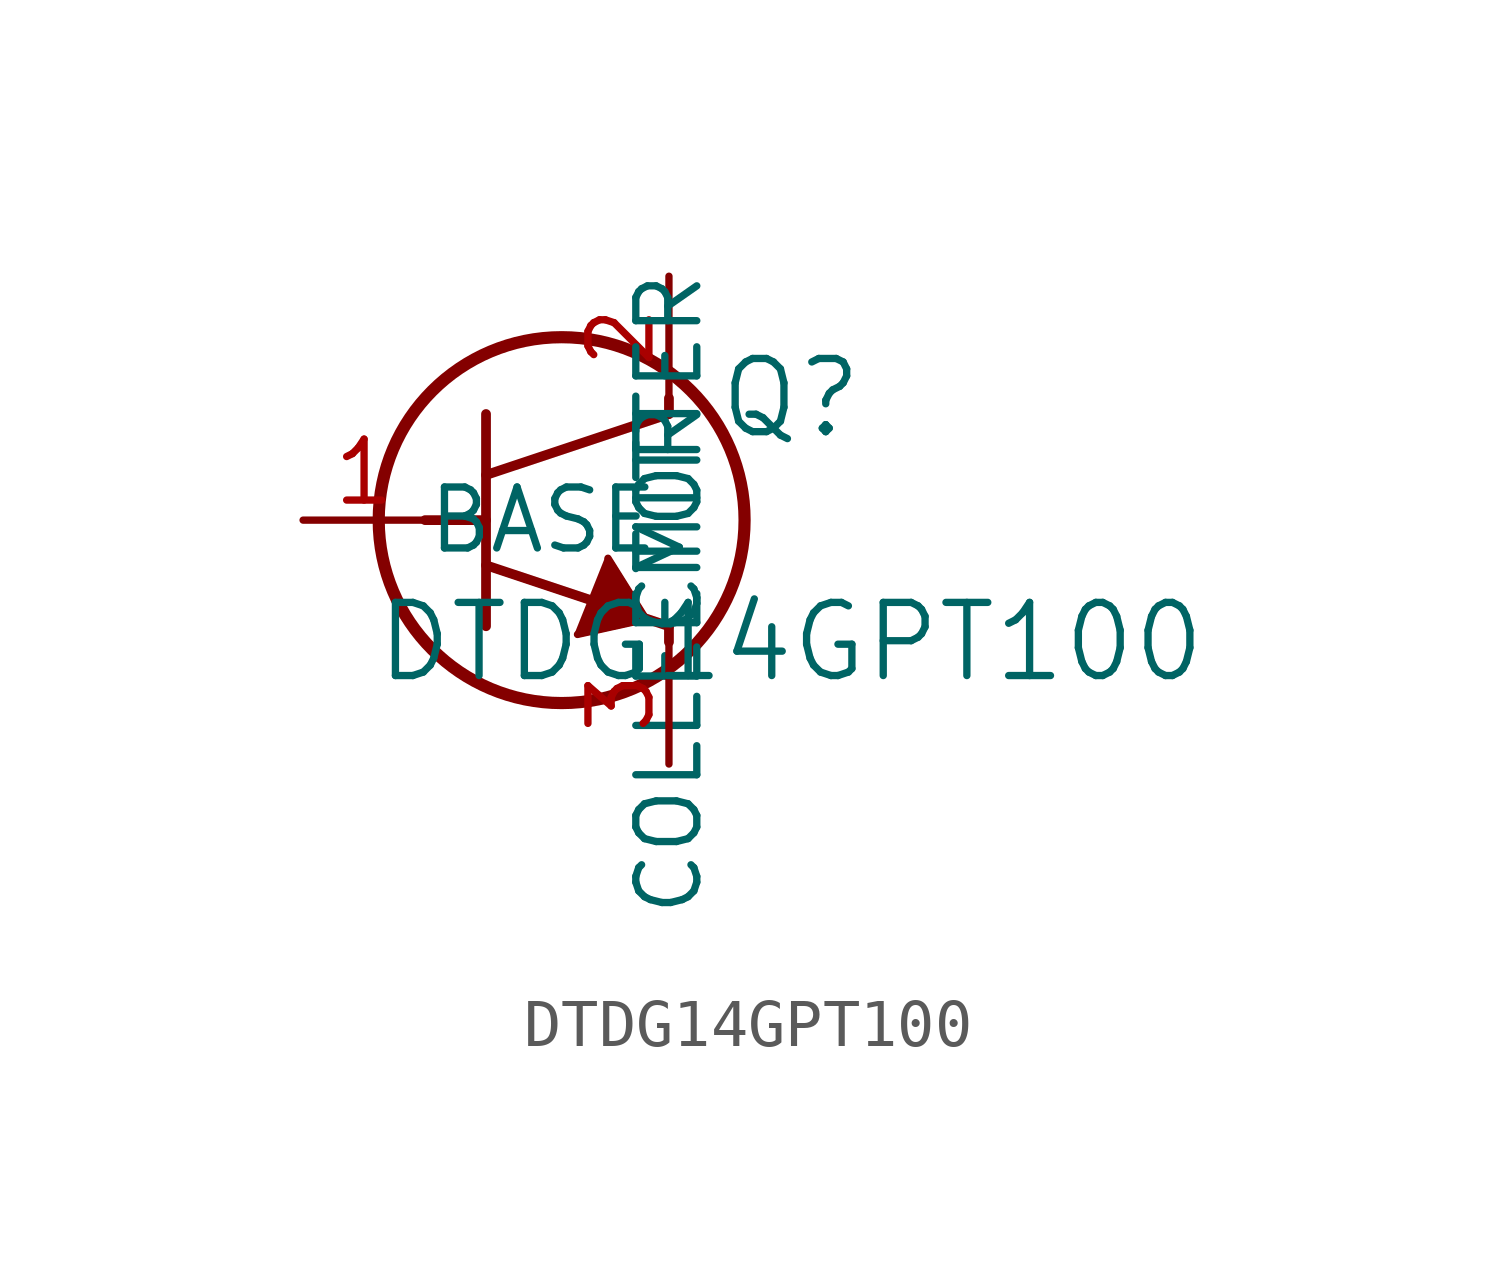
<source format=kicad_sym>
(kicad_symbol_lib
  (version 20231120)
  (generator "kicad_symbol_editor")
  (generator_version "8.0")
  (symbol "DTDG14GPT100"
    (pin_names
      (offset 0.002))
    (property "Reference" "Q"
      (at 10.16 2.54 0)
      (effects (font (size 1.524 1.524))))
    (property "Value" "DTDG14GPT100"
      (at 10.16 -2.54 0)
      (effects (font (size 1.524 1.524))))
    (symbol "DTDG14GPT100_0_1"
      (polyline (pts (xy 2.54 0) (xy 3.81 0)) (stroke (width 0.203) (type default)) (fill (type none)))
      (polyline (pts (xy 3.81 -2.21) (xy 3.81 2.21)) (stroke (width 0.203) (type default)) (fill (type none)))
      (polyline (pts (xy 3.81 -0.94) (xy 7.62 -2.21)) (stroke (width 0.203) (type default)) (fill (type none)))
      (polyline (pts (xy 3.81 0.94) (xy 7.62 2.21)) (stroke (width 0.203) (type default)) (fill (type none)))
      (polyline (pts (xy 5.715 -2.381) (xy 7.144 -2.064)) (stroke (width 0.127) (type default)) (fill (type none)))
      (polyline (pts (xy 6.35 -0.794) (xy 5.715 -2.381)) (stroke (width 0.127) (type default)) (fill (type none)))
      (polyline (pts (xy 7.144 -2.064) (xy 6.35 -0.794)) (stroke (width 0.127) (type default)) (fill (type none)))
      (polyline (pts (xy 7.62 -2.54) (xy 7.62 -2.21)) (stroke (width 0.203) (type default)) (fill (type none)))
      (polyline (pts (xy 7.62 2.21) (xy 7.62 2.54)) (stroke (width 0.203) (type default)) (fill (type none)))
      (polyline (pts (xy 6.35 -0.794) (xy 7.144 -2.064) (xy 5.715 -2.381)) (stroke (width 0) (type default)) (fill (type outline)))
      (circle (center 5.385 0) (radius 3.81) (stroke (width 0.254) (type default)) (fill (type none))))
    (symbol "DTDG14GPT100_1_1"
      (pin input line (at 0 0 0) (length 2.54) (name "BASE" (effects (font (size 1.27 1.27)))) (number "1" (effects (font (size 1.27 1.27)))))
      (pin passive line (at 7.62 5.08 270) (length 2.54) (name "COLLECTOR" (effects (font (size 1.27 1.27)))) (number "2" (effects (font (size 1.27 1.27)))))
      (pin passive line (at 7.62 -5.08 90) (length 2.54) (name "EMITTER" (effects (font (size 1.27 1.27)))) (number "3" (effects (font (size 1.27 1.27))))))))
</source>
